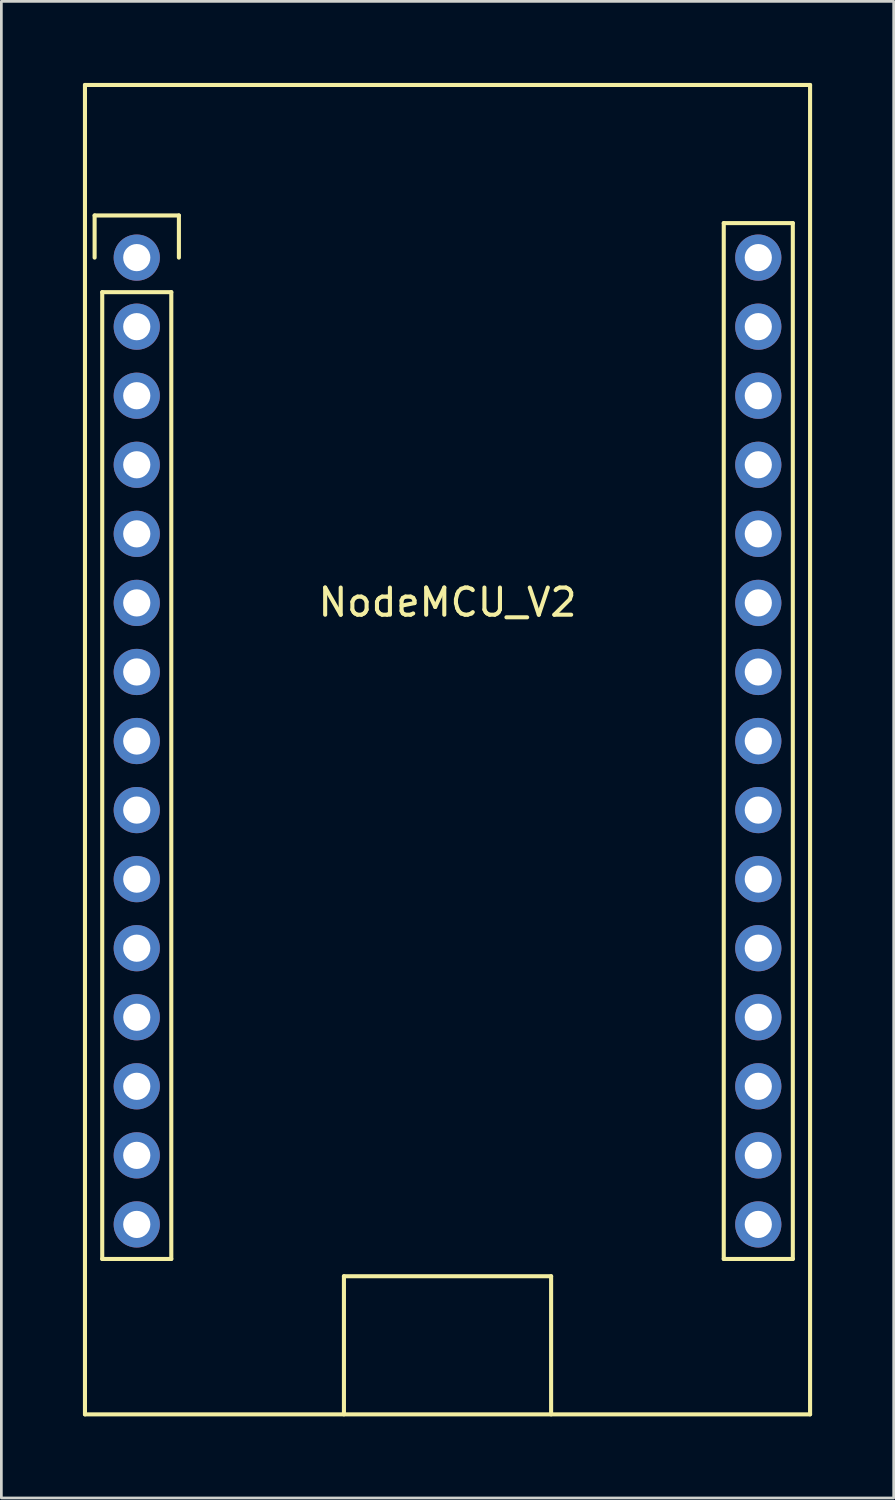
<source format=kicad_pcb>
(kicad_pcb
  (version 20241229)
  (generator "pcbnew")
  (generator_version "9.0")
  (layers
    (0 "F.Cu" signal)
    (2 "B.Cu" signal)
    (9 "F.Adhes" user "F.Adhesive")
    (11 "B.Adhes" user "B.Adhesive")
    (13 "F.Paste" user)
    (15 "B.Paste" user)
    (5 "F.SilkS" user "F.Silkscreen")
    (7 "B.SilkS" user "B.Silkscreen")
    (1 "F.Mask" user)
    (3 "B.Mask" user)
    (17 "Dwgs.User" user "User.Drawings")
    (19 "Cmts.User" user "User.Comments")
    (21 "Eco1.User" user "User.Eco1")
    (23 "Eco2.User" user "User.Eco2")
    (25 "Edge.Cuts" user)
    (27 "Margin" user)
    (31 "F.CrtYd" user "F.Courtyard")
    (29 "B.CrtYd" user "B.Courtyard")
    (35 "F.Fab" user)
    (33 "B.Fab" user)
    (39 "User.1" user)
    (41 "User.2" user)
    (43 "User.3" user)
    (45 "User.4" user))
  (footprint "NodeMCU_V2"
    (layer "F.Cu")
    (at 1.98 6.425)
    (property "Reference" "NodeMCU_V2" (at 11.43 12.68 0) (layer "F.SilkS") (effects (font (size 1 1) (thickness 0.15))))
    (attr through_hole)
    (fp_line (start -1.905 -6.35) (end 24.765 -6.35) (stroke (width 0.15) (type solid)) (layer "F.SilkS"))
    (fp_line (start -1.905 42.545) (end -1.905 -6.35) (stroke (width 0.15) (type solid)) (layer "F.SilkS"))
    (fp_line (start -1.55 -1.55) (end 1.55 -1.55) (stroke (width 0.15) (type solid)) (layer "F.SilkS"))
    (fp_line (start -1.55 0) (end -1.55 -1.55) (stroke (width 0.15) (type solid)) (layer "F.SilkS"))
    (fp_line (start -1.27 1.27) (end -1.27 36.83) (stroke (width 0.15) (type solid)) (layer "F.SilkS"))
    (fp_line (start -1.27 36.83) (end 1.27 36.83) (stroke (width 0.15) (type solid)) (layer "F.SilkS"))
    (fp_line (start 1.27 1.27) (end -1.27 1.27) (stroke (width 0.15) (type solid)) (layer "F.SilkS"))
    (fp_line (start 1.27 36.83) (end 1.27 1.27) (stroke (width 0.15) (type solid)) (layer "F.SilkS"))
    (fp_line (start 1.55 -1.55) (end 1.55 0) (stroke (width 0.15) (type solid)) (layer "F.SilkS"))
    (fp_line (start 7.62 37.465) (end 15.24 37.465) (stroke (width 0.15) (type solid)) (layer "F.SilkS"))
    (fp_line (start 7.62 42.545) (end 7.62 37.465) (stroke (width 0.15) (type solid)) (layer "F.SilkS"))
    (fp_line (start 15.24 37.465) (end 15.24 42.545) (stroke (width 0.15) (type solid)) (layer "F.SilkS"))
    (fp_line (start 21.59 -1.27) (end 21.59 36.83) (stroke (width 0.15) (type solid)) (layer "F.SilkS"))
    (fp_line (start 21.59 36.83) (end 24.13 36.83) (stroke (width 0.15) (type solid)) (layer "F.SilkS"))
    (fp_line (start 24.13 -1.27) (end 21.59 -1.27) (stroke (width 0.15) (type solid)) (layer "F.SilkS"))
    (fp_line (start 24.13 36.83) (end 24.13 -1.27) (stroke (width 0.15) (type solid)) (layer "F.SilkS"))
    (fp_line (start 24.765 -6.35) (end 24.765 42.545) (stroke (width 0.15) (type solid)) (layer "F.SilkS"))
    (fp_line (start 24.765 42.545) (end -1.905 42.545) (stroke (width 0.15) (type solid)) (layer "F.SilkS"))
    (pad "1" thru_hole circle (at 0 0) (size 1.7 1.7) (drill 1) (layers "*.Cu" "*.Mask"))
    (pad "2" thru_hole circle (at 0 2.54) (size 1.7 1.7) (drill 1) (layers "*.Cu" "*.Mask"))
    (pad "3" thru_hole circle (at 0 5.08) (size 1.7 1.7) (drill 1) (layers "*.Cu" "*.Mask"))
    (pad "4" thru_hole circle (at 0 7.62) (size 1.7 1.7) (drill 1) (layers "*.Cu" "*.Mask"))
    (pad "5" thru_hole circle (at 0 10.16) (size 1.7 1.7) (drill 1) (layers "*.Cu" "*.Mask"))
    (pad "6" thru_hole circle (at 0 12.7) (size 1.7 1.7) (drill 1) (layers "*.Cu" "*.Mask"))
    (pad "7" thru_hole circle (at 0 15.24) (size 1.7 1.7) (drill 1) (layers "*.Cu" "*.Mask"))
    (pad "8" thru_hole circle (at 0 17.78) (size 1.7 1.7) (drill 1) (layers "*.Cu" "*.Mask"))
    (pad "9" thru_hole circle (at 0 20.32) (size 1.7 1.7) (drill 1) (layers "*.Cu" "*.Mask"))
    (pad "10" thru_hole circle (at 0 22.86) (size 1.7 1.7) (drill 1) (layers "*.Cu" "*.Mask"))
    (pad "11" thru_hole circle (at 0 25.4) (size 1.7 1.7) (drill 1) (layers "*.Cu" "*.Mask"))
    (pad "12" thru_hole circle (at 0 27.94) (size 1.7 1.7) (drill 1) (layers "*.Cu" "*.Mask"))
    (pad "13" thru_hole circle (at 0 30.48) (size 1.7 1.7) (drill 1) (layers "*.Cu" "*.Mask"))
    (pad "14" thru_hole circle (at 0 33.02) (size 1.7 1.7) (drill 1) (layers "*.Cu" "*.Mask"))
    (pad "15" thru_hole circle (at 0 35.56) (size 1.7 1.7) (drill 1) (layers "*.Cu" "*.Mask"))
    (pad "16" thru_hole circle (at 22.86 35.56) (size 1.7 1.7) (drill 1) (layers "*.Cu" "*.Mask"))
    (pad "17" thru_hole circle (at 22.86 33.02) (size 1.7 1.7) (drill 1) (layers "*.Cu" "*.Mask"))
    (pad "18" thru_hole circle (at 22.86 30.48) (size 1.7 1.7) (drill 1) (layers "*.Cu" "*.Mask"))
    (pad "19" thru_hole circle (at 22.86 27.94) (size 1.7 1.7) (drill 1) (layers "*.Cu" "*.Mask"))
    (pad "20" thru_hole circle (at 22.86 25.4) (size 1.7 1.7) (drill 1) (layers "*.Cu" "*.Mask"))
    (pad "21" thru_hole circle (at 22.86 22.86) (size 1.7 1.7) (drill 1) (layers "*.Cu" "*.Mask"))
    (pad "22" thru_hole circle (at 22.86 20.32) (size 1.7 1.7) (drill 1) (layers "*.Cu" "*.Mask"))
    (pad "23" thru_hole circle (at 22.86 17.78) (size 1.7 1.7) (drill 1) (layers "*.Cu" "*.Mask"))
    (pad "24" thru_hole circle (at 22.86 15.24) (size 1.7 1.7) (drill 1) (layers "*.Cu" "*.Mask"))
    (pad "25" thru_hole circle (at 22.86 12.7) (size 1.7 1.7) (drill 1) (layers "*.Cu" "*.Mask"))
    (pad "26" thru_hole circle (at 22.86 10.16) (size 1.7 1.7) (drill 1) (layers "*.Cu" "*.Mask"))
    (pad "27" thru_hole circle (at 22.86 7.62) (size 1.7 1.7) (drill 1) (layers "*.Cu" "*.Mask"))
    (pad "28" thru_hole circle (at 22.86 5.08) (size 1.7 1.7) (drill 1) (layers "*.Cu" "*.Mask"))
    (pad "29" thru_hole circle (at 22.86 2.54) (size 1.7 1.7) (drill 1) (layers "*.Cu" "*.Mask"))
    (pad "30" thru_hole circle (at 22.86 0) (size 1.7 1.7) (drill 1) (layers "*.Cu" "*.Mask")))
  (gr_rect
    (start -3 -3)
    (end 29.82 52.045)
    (stroke (width 0.1) (type default))
    (fill no)
    (layer "Edge.Cuts")))
</source>
